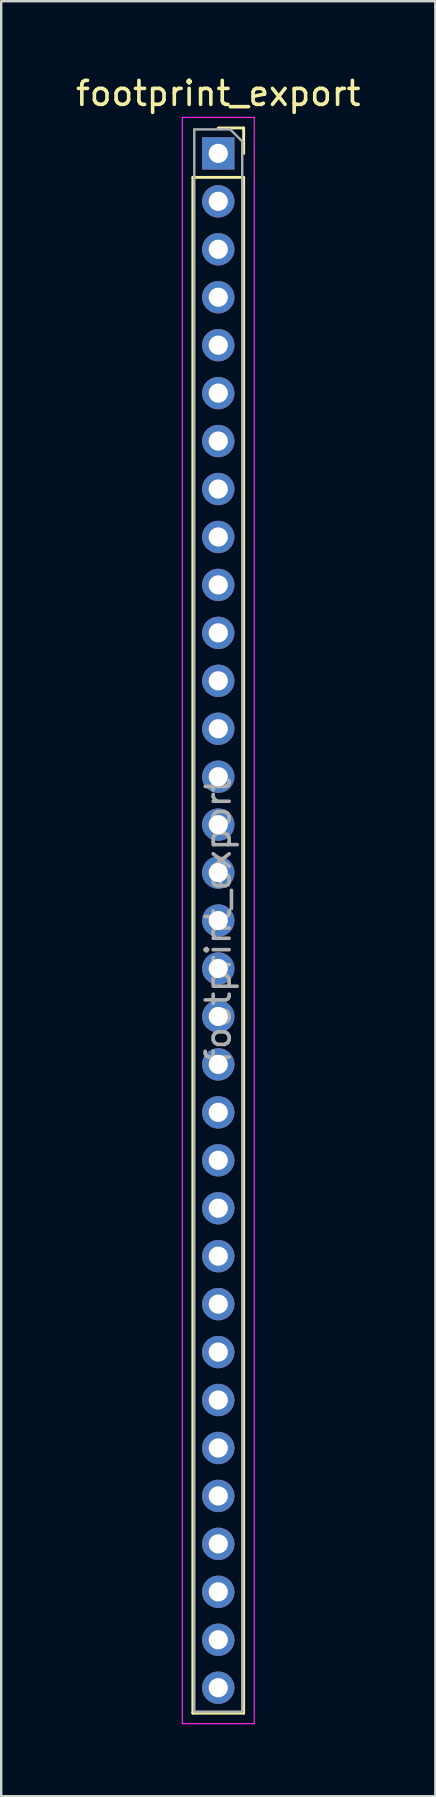
<source format=kicad_pcb>
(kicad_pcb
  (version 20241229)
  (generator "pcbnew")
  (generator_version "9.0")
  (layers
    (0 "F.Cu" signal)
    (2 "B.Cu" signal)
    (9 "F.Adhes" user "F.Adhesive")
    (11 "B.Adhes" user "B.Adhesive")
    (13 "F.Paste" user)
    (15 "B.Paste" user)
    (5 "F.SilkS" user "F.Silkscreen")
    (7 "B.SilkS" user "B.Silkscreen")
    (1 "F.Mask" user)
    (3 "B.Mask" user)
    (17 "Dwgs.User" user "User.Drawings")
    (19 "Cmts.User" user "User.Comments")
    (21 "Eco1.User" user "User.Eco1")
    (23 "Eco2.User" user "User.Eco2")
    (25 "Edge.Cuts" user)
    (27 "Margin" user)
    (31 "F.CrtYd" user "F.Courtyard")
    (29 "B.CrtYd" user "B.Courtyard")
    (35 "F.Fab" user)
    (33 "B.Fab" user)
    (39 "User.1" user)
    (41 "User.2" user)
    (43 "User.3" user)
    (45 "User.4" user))
  (footprint "footprint_export"
    (layer "F.Cu")
    (at 6.054 3.348)
    (property "Reference" "footprint_export" (at 0 -2.5 0) (layer "F.SilkS") (effects (font (size 1 1) (thickness 0.15))))
    (attr through_hole)
    (fp_line (start -1.06 1) (end -1.06 65.06) (stroke (width 0.12) (type solid)) (layer "F.SilkS"))
    (fp_line (start -1.06 1) (end 1.06 1) (stroke (width 0.12) (type solid)) (layer "F.SilkS"))
    (fp_line (start -1.06 65.06) (end 1.06 65.06) (stroke (width 0.12) (type solid)) (layer "F.SilkS"))
    (fp_line (start 0 -1.06) (end 1.06 -1.06) (stroke (width 0.12) (type solid)) (layer "F.SilkS"))
    (fp_line (start 1.06 -1.06) (end 1.06 0) (stroke (width 0.12) (type solid)) (layer "F.SilkS"))
    (fp_line (start 1.06 1) (end 1.06 65.06) (stroke (width 0.12) (type solid)) (layer "F.SilkS"))
    (fp_line (start -1.5 -1.5) (end 1.5 -1.5) (stroke (width 0.05) (type solid)) (layer "F.CrtYd"))
    (fp_line (start -1.5 65.5) (end -1.5 -1.5) (stroke (width 0.05) (type solid)) (layer "F.CrtYd"))
    (fp_line (start 1.5 -1.5) (end 1.5 65.5) (stroke (width 0.05) (type solid)) (layer "F.CrtYd"))
    (fp_line (start 1.5 65.5) (end -1.5 65.5) (stroke (width 0.05) (type solid)) (layer "F.CrtYd"))
    (fp_line (start -1 -1) (end 0.5 -1) (stroke (width 0.1) (type solid)) (layer "F.Fab"))
    (fp_line (start -1 65) (end -1 -1) (stroke (width 0.1) (type solid)) (layer "F.Fab"))
    (fp_line (start 0.5 -1) (end 1 -0.5) (stroke (width 0.1) (type solid)) (layer "F.Fab"))
    (fp_line (start 1 -0.5) (end 1 65) (stroke (width 0.1) (type solid)) (layer "F.Fab"))
    (fp_line (start 1 65) (end -1 65) (stroke (width 0.1) (type solid)) (layer "F.Fab"))
    (fp_text user "${REFERENCE}" (at 0 32 90) (layer "F.Fab") (effects (font (size 1 1) (thickness 0.15))))
    (pad "1" thru_hole rect (at 0 0) (size 1.35 1.35) (drill 0.8) (layers "*.Cu" "*.Mask"))
    (pad "2" thru_hole oval (at 0 2) (size 1.35 1.35) (drill 0.8) (layers "*.Cu" "*.Mask"))
    (pad "3" thru_hole oval (at 0 4) (size 1.35 1.35) (drill 0.8) (layers "*.Cu" "*.Mask"))
    (pad "4" thru_hole oval (at 0 6) (size 1.35 1.35) (drill 0.8) (layers "*.Cu" "*.Mask"))
    (pad "5" thru_hole oval (at 0 8) (size 1.35 1.35) (drill 0.8) (layers "*.Cu" "*.Mask"))
    (pad "6" thru_hole oval (at 0 10) (size 1.35 1.35) (drill 0.8) (layers "*.Cu" "*.Mask"))
    (pad "7" thru_hole oval (at 0 12) (size 1.35 1.35) (drill 0.8) (layers "*.Cu" "*.Mask"))
    (pad "8" thru_hole oval (at 0 14) (size 1.35 1.35) (drill 0.8) (layers "*.Cu" "*.Mask"))
    (pad "9" thru_hole oval (at 0 16) (size 1.35 1.35) (drill 0.8) (layers "*.Cu" "*.Mask"))
    (pad "10" thru_hole oval (at 0 18) (size 1.35 1.35) (drill 0.8) (layers "*.Cu" "*.Mask"))
    (pad "11" thru_hole oval (at 0 20) (size 1.35 1.35) (drill 0.8) (layers "*.Cu" "*.Mask"))
    (pad "12" thru_hole oval (at 0 22) (size 1.35 1.35) (drill 0.8) (layers "*.Cu" "*.Mask"))
    (pad "13" thru_hole oval (at 0 24) (size 1.35 1.35) (drill 0.8) (layers "*.Cu" "*.Mask"))
    (pad "14" thru_hole oval (at 0 26) (size 1.35 1.35) (drill 0.8) (layers "*.Cu" "*.Mask"))
    (pad "15" thru_hole oval (at 0 28) (size 1.35 1.35) (drill 0.8) (layers "*.Cu" "*.Mask"))
    (pad "16" thru_hole oval (at 0 30) (size 1.35 1.35) (drill 0.8) (layers "*.Cu" "*.Mask"))
    (pad "17" thru_hole oval (at 0 32) (size 1.35 1.35) (drill 0.8) (layers "*.Cu" "*.Mask"))
    (pad "18" thru_hole oval (at 0 34) (size 1.35 1.35) (drill 0.8) (layers "*.Cu" "*.Mask"))
    (pad "19" thru_hole oval (at 0 36) (size 1.35 1.35) (drill 0.8) (layers "*.Cu" "*.Mask"))
    (pad "20" thru_hole oval (at 0 38) (size 1.35 1.35) (drill 0.8) (layers "*.Cu" "*.Mask"))
    (pad "21" thru_hole oval (at 0 40) (size 1.35 1.35) (drill 0.8) (layers "*.Cu" "*.Mask"))
    (pad "22" thru_hole oval (at 0 42) (size 1.35 1.35) (drill 0.8) (layers "*.Cu" "*.Mask"))
    (pad "23" thru_hole oval (at 0 44) (size 1.35 1.35) (drill 0.8) (layers "*.Cu" "*.Mask"))
    (pad "24" thru_hole oval (at 0 46) (size 1.35 1.35) (drill 0.8) (layers "*.Cu" "*.Mask"))
    (pad "25" thru_hole oval (at 0 48) (size 1.35 1.35) (drill 0.8) (layers "*.Cu" "*.Mask"))
    (pad "26" thru_hole oval (at 0 50) (size 1.35 1.35) (drill 0.8) (layers "*.Cu" "*.Mask"))
    (pad "27" thru_hole oval (at 0 52) (size 1.35 1.35) (drill 0.8) (layers "*.Cu" "*.Mask"))
    (pad "28" thru_hole oval (at 0 54) (size 1.35 1.35) (drill 0.8) (layers "*.Cu" "*.Mask"))
    (pad "29" thru_hole oval (at 0 56) (size 1.35 1.35) (drill 0.8) (layers "*.Cu" "*.Mask"))
    (pad "30" thru_hole oval (at 0 58) (size 1.35 1.35) (drill 0.8) (layers "*.Cu" "*.Mask"))
    (pad "31" thru_hole oval (at 0 60) (size 1.35 1.35) (drill 0.8) (layers "*.Cu" "*.Mask"))
    (pad "32" thru_hole oval (at 0 62) (size 1.35 1.35) (drill 0.8) (layers "*.Cu" "*.Mask"))
    (pad "33" thru_hole oval (at 0 64) (size 1.35 1.35) (drill 0.8) (layers "*.Cu" "*.Mask")))
  (gr_rect
    (start -3 -3)
    (end 15.107 71.873)
    (stroke (width 0.1) (type default))
    (fill no)
    (layer "Edge.Cuts")))
</source>
